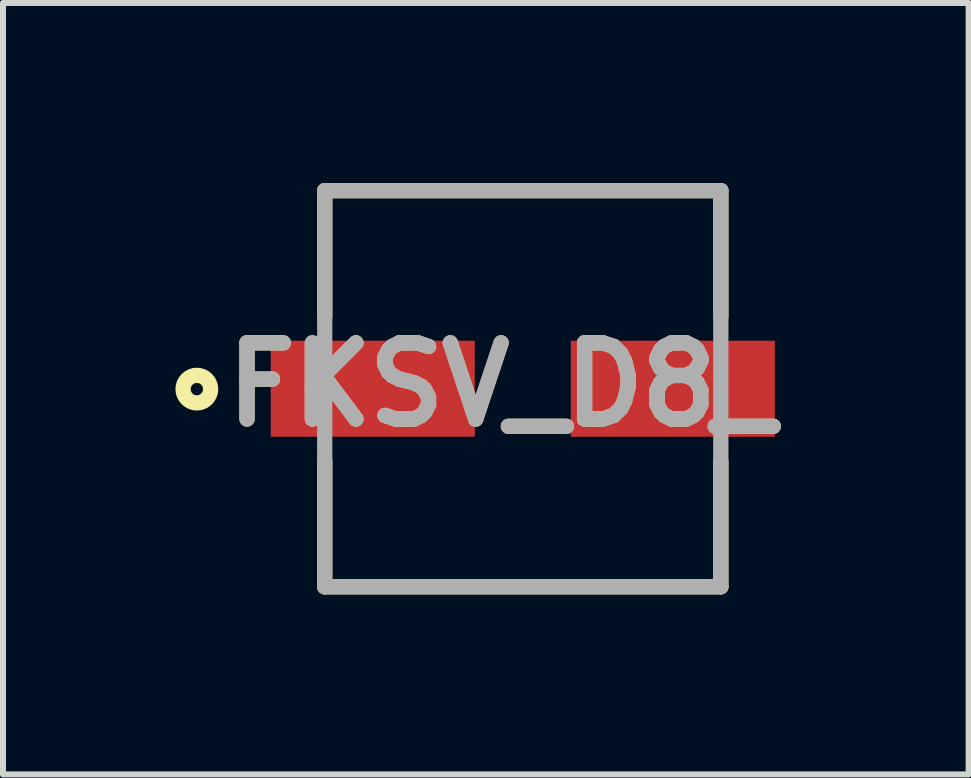
<source format=kicad_pcb>
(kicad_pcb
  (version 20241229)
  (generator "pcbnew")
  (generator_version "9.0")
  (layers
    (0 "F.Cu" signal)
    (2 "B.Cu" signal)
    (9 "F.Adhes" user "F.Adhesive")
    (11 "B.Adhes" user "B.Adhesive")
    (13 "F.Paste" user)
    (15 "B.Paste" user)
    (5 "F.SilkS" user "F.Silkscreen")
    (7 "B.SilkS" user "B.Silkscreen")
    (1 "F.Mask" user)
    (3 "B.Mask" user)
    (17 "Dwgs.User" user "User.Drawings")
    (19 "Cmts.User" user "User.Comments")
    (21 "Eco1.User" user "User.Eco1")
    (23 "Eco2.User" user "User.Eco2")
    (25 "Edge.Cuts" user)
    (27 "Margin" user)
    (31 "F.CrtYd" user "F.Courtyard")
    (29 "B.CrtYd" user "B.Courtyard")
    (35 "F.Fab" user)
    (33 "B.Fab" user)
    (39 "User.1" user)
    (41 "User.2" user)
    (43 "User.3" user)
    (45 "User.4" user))
  (footprint "FKSV_D8_"
    (layer "F.Cu")
    (at 5.661 3.427)
    (property "Reference" "FKSV_D8_" (at -0.361 -0.069 0) (layer "F.SilkS") (effects (font (size 1.27 1.27) (thickness 0.254))))
    (attr smd)
    (fp_line (start -3.3 -3.3) (end -3.3 -1.2) (stroke (width 0.254) (type solid)) (layer "F.SilkS"))
    (fp_line (start -3.3 -3.3) (end 3.3 -3.3) (stroke (width 0.254) (type solid)) (layer "F.SilkS"))
    (fp_line (start -3.3 3.3) (end -3.3 1.2) (stroke (width 0.254) (type solid)) (layer "F.SilkS"))
    (fp_line (start 3.3 -3.3) (end 3.3 -1.2) (stroke (width 0.254) (type solid)) (layer "F.SilkS"))
    (fp_line (start 3.3 3.3) (end -3.3 3.3) (stroke (width 0.254) (type solid)) (layer "F.SilkS"))
    (fp_line (start 3.3 3.3) (end 3.3 1.2) (stroke (width 0.254) (type solid)) (layer "F.SilkS"))
    (fp_circle (center -5.431 0.007) (end -5.431 0.11) (stroke (width 0.254) (type solid)) (fill no) (layer "F.SilkS"))
    (fp_line (start -3.3 -3.3) (end 3.3 -3.3) (stroke (width 0.254) (type solid)) (layer "F.Fab"))
    (fp_line (start -3.3 3.3) (end -3.3 -3.3) (stroke (width 0.254) (type solid)) (layer "F.Fab"))
    (fp_line (start 3.3 -3.3) (end 3.3 3.3) (stroke (width 0.254) (type solid)) (layer "F.Fab"))
    (fp_line (start 3.3 3.3) (end -3.3 3.3) (stroke (width 0.254) (type solid)) (layer "F.Fab"))
    (fp_text user "${REFERENCE}" (at -0.361 -0.069 0) (layer "F.Fab") (effects (font (size 1.27 1.27) (thickness 0.254))))
    (pad "1" smd rect (at -2.5 0 90) (size 1.6 3.4) (layers "F.Cu" "F.Mask" "F.Paste"))
    (pad "2" smd rect (at 2.5 0 90) (size 1.6 3.4) (layers "F.Cu" "F.Mask" "F.Paste")))
  (gr_rect
    (start -3 -3)
    (end 13.09 9.854)
    (stroke (width 0.1) (type default))
    (fill no)
    (layer "Edge.Cuts")))
</source>
